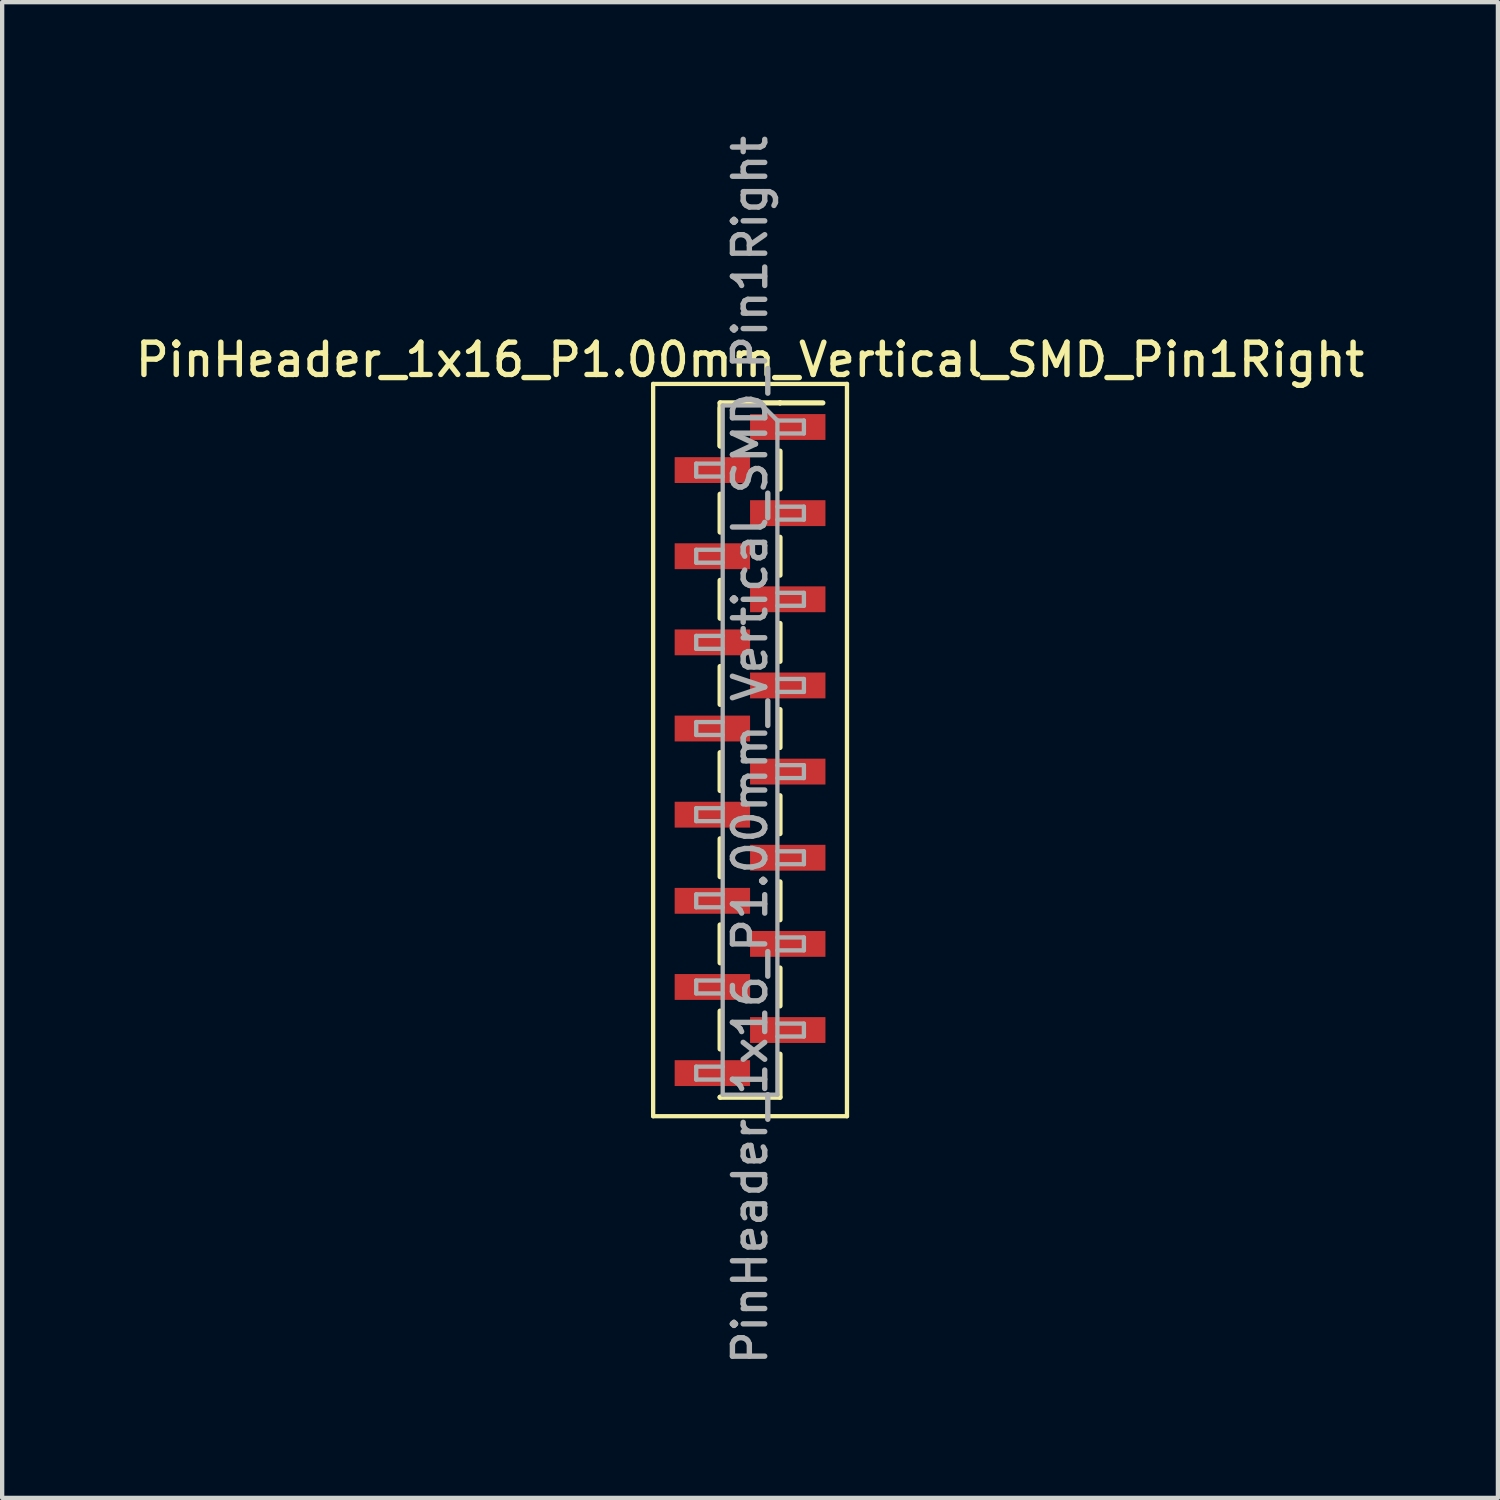
<source format=kicad_pcb>
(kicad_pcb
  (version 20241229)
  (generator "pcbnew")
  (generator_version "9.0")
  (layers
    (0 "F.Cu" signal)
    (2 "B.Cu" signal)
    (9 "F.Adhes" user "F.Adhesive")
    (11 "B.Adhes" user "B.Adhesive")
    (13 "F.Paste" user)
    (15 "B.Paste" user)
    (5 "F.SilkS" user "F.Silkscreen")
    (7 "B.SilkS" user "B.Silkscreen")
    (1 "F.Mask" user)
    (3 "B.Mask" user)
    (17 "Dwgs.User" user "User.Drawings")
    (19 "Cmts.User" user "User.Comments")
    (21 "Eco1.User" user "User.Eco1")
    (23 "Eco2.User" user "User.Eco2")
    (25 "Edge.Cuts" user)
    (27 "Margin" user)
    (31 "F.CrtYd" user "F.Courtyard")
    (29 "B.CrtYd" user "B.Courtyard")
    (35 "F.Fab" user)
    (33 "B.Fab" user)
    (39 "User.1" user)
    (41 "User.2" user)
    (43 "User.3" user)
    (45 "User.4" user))
  (footprint "PinHeader_1x16_P1.00mm_Vertical_SMD_Pin1Right"
    (layer "F.Cu")
    (at 14.363 14.363)
    (property "Reference" "PinHeader_1x16_P1.00mm_Vertical_SMD_Pin1Right" (at 0 -9.06 0) (layer "F.SilkS") (effects (font (size 0.75 0.75) (thickness 0.125))))
    (attr smd)
    (fp_line (start -2.25 -8.5) (end -2.25 8.5) (stroke (width 0.1) (type solid)) (layer "F.SilkS"))
    (fp_line (start -2.25 8.5) (end 2.25 8.5) (stroke (width 0.1) (type solid)) (layer "F.SilkS"))
    (fp_line (start -0.695 -8.06) (end -0.695 -7.06) (stroke (width 0.12) (type solid)) (layer "F.SilkS"))
    (fp_line (start -0.695 -8.06) (end 0.695 -8.06) (stroke (width 0.12) (type solid)) (layer "F.SilkS"))
    (fp_line (start -0.695 -7.94) (end -0.695 -7.06) (stroke (width 0.12) (type solid)) (layer "F.SilkS"))
    (fp_line (start -0.695 -5.94) (end -0.695 -5.06) (stroke (width 0.12) (type solid)) (layer "F.SilkS"))
    (fp_line (start -0.695 -3.94) (end -0.695 -3.06) (stroke (width 0.12) (type solid)) (layer "F.SilkS"))
    (fp_line (start -0.695 -1.94) (end -0.695 -1.06) (stroke (width 0.12) (type solid)) (layer "F.SilkS"))
    (fp_line (start -0.695 0.06) (end -0.695 0.94) (stroke (width 0.12) (type solid)) (layer "F.SilkS"))
    (fp_line (start -0.695 2.06) (end -0.695 2.94) (stroke (width 0.12) (type solid)) (layer "F.SilkS"))
    (fp_line (start -0.695 4.06) (end -0.695 4.94) (stroke (width 0.12) (type solid)) (layer "F.SilkS"))
    (fp_line (start -0.695 6.06) (end -0.695 6.94) (stroke (width 0.12) (type solid)) (layer "F.SilkS"))
    (fp_line (start -0.695 8.06) (end -0.695 8.06) (stroke (width 0.12) (type solid)) (layer "F.SilkS"))
    (fp_line (start -0.695 8.06) (end 0.695 8.06) (stroke (width 0.12) (type solid)) (layer "F.SilkS"))
    (fp_line (start 0.695 -8.06) (end 0.695 -8.06) (stroke (width 0.12) (type solid)) (layer "F.SilkS"))
    (fp_line (start 0.695 -8.06) (end 1.69 -8.06) (stroke (width 0.12) (type solid)) (layer "F.SilkS"))
    (fp_line (start 0.695 -6.94) (end 0.695 -6.06) (stroke (width 0.12) (type solid)) (layer "F.SilkS"))
    (fp_line (start 0.695 -4.94) (end 0.695 -4.06) (stroke (width 0.12) (type solid)) (layer "F.SilkS"))
    (fp_line (start 0.695 -2.94) (end 0.695 -2.06) (stroke (width 0.12) (type solid)) (layer "F.SilkS"))
    (fp_line (start 0.695 -0.94) (end 0.695 -0.06) (stroke (width 0.12) (type solid)) (layer "F.SilkS"))
    (fp_line (start 0.695 1.06) (end 0.695 1.94) (stroke (width 0.12) (type solid)) (layer "F.SilkS"))
    (fp_line (start 0.695 3.06) (end 0.695 3.94) (stroke (width 0.12) (type solid)) (layer "F.SilkS"))
    (fp_line (start 0.695 5.06) (end 0.695 5.94) (stroke (width 0.12) (type solid)) (layer "F.SilkS"))
    (fp_line (start 0.695 7.06) (end 0.695 8.06) (stroke (width 0.12) (type solid)) (layer "F.SilkS"))
    (fp_line (start 2.25 -8.5) (end -2.25 -8.5) (stroke (width 0.1) (type solid)) (layer "F.SilkS"))
    (fp_line (start 2.25 8.5) (end 2.25 -8.5) (stroke (width 0.1) (type solid)) (layer "F.SilkS"))
    (fp_line (start -1.25 -6.65) (end -1.25 -6.35) (stroke (width 0.1) (type solid)) (layer "F.Fab"))
    (fp_line (start -1.25 -6.35) (end -0.635 -6.35) (stroke (width 0.1) (type solid)) (layer "F.Fab"))
    (fp_line (start -1.25 -4.65) (end -1.25 -4.35) (stroke (width 0.1) (type solid)) (layer "F.Fab"))
    (fp_line (start -1.25 -4.35) (end -0.635 -4.35) (stroke (width 0.1) (type solid)) (layer "F.Fab"))
    (fp_line (start -1.25 -2.65) (end -1.25 -2.35) (stroke (width 0.1) (type solid)) (layer "F.Fab"))
    (fp_line (start -1.25 -2.35) (end -0.635 -2.35) (stroke (width 0.1) (type solid)) (layer "F.Fab"))
    (fp_line (start -1.25 -0.65) (end -1.25 -0.35) (stroke (width 0.1) (type solid)) (layer "F.Fab"))
    (fp_line (start -1.25 -0.35) (end -0.635 -0.35) (stroke (width 0.1) (type solid)) (layer "F.Fab"))
    (fp_line (start -1.25 1.35) (end -1.25 1.65) (stroke (width 0.1) (type solid)) (layer "F.Fab"))
    (fp_line (start -1.25 1.65) (end -0.635 1.65) (stroke (width 0.1) (type solid)) (layer "F.Fab"))
    (fp_line (start -1.25 3.35) (end -1.25 3.65) (stroke (width 0.1) (type solid)) (layer "F.Fab"))
    (fp_line (start -1.25 3.65) (end -0.635 3.65) (stroke (width 0.1) (type solid)) (layer "F.Fab"))
    (fp_line (start -1.25 5.35) (end -1.25 5.65) (stroke (width 0.1) (type solid)) (layer "F.Fab"))
    (fp_line (start -1.25 5.65) (end -0.635 5.65) (stroke (width 0.1) (type solid)) (layer "F.Fab"))
    (fp_line (start -1.25 7.35) (end -1.25 7.65) (stroke (width 0.1) (type solid)) (layer "F.Fab"))
    (fp_line (start -1.25 7.65) (end -0.635 7.65) (stroke (width 0.1) (type solid)) (layer "F.Fab"))
    (fp_line (start -0.635 -8) (end -0.635 8) (stroke (width 0.1) (type solid)) (layer "F.Fab"))
    (fp_line (start -0.635 -8) (end 0.285 -8) (stroke (width 0.1) (type solid)) (layer "F.Fab"))
    (fp_line (start -0.635 -6.65) (end -1.25 -6.65) (stroke (width 0.1) (type solid)) (layer "F.Fab"))
    (fp_line (start -0.635 -4.65) (end -1.25 -4.65) (stroke (width 0.1) (type solid)) (layer "F.Fab"))
    (fp_line (start -0.635 -2.65) (end -1.25 -2.65) (stroke (width 0.1) (type solid)) (layer "F.Fab"))
    (fp_line (start -0.635 -0.65) (end -1.25 -0.65) (stroke (width 0.1) (type solid)) (layer "F.Fab"))
    (fp_line (start -0.635 1.35) (end -1.25 1.35) (stroke (width 0.1) (type solid)) (layer "F.Fab"))
    (fp_line (start -0.635 3.35) (end -1.25 3.35) (stroke (width 0.1) (type solid)) (layer "F.Fab"))
    (fp_line (start -0.635 5.35) (end -1.25 5.35) (stroke (width 0.1) (type solid)) (layer "F.Fab"))
    (fp_line (start -0.635 7.35) (end -1.25 7.35) (stroke (width 0.1) (type solid)) (layer "F.Fab"))
    (fp_line (start 0.635 -7.65) (end 0.285 -8) (stroke (width 0.1) (type solid)) (layer "F.Fab"))
    (fp_line (start 0.635 -7.65) (end 1.25 -7.65) (stroke (width 0.1) (type solid)) (layer "F.Fab"))
    (fp_line (start 0.635 -5.65) (end 1.25 -5.65) (stroke (width 0.1) (type solid)) (layer "F.Fab"))
    (fp_line (start 0.635 -3.65) (end 1.25 -3.65) (stroke (width 0.1) (type solid)) (layer "F.Fab"))
    (fp_line (start 0.635 -1.65) (end 1.25 -1.65) (stroke (width 0.1) (type solid)) (layer "F.Fab"))
    (fp_line (start 0.635 0.35) (end 1.25 0.35) (stroke (width 0.1) (type solid)) (layer "F.Fab"))
    (fp_line (start 0.635 2.35) (end 1.25 2.35) (stroke (width 0.1) (type solid)) (layer "F.Fab"))
    (fp_line (start 0.635 4.35) (end 1.25 4.35) (stroke (width 0.1) (type solid)) (layer "F.Fab"))
    (fp_line (start 0.635 6.35) (end 1.25 6.35) (stroke (width 0.1) (type solid)) (layer "F.Fab"))
    (fp_line (start 0.635 8) (end -0.635 8) (stroke (width 0.1) (type solid)) (layer "F.Fab"))
    (fp_line (start 0.635 8) (end 0.635 -7.65) (stroke (width 0.1) (type solid)) (layer "F.Fab"))
    (fp_line (start 1.25 -7.65) (end 1.25 -7.35) (stroke (width 0.1) (type solid)) (layer "F.Fab"))
    (fp_line (start 1.25 -7.35) (end 0.635 -7.35) (stroke (width 0.1) (type solid)) (layer "F.Fab"))
    (fp_line (start 1.25 -5.65) (end 1.25 -5.35) (stroke (width 0.1) (type solid)) (layer "F.Fab"))
    (fp_line (start 1.25 -5.35) (end 0.635 -5.35) (stroke (width 0.1) (type solid)) (layer "F.Fab"))
    (fp_line (start 1.25 -3.65) (end 1.25 -3.35) (stroke (width 0.1) (type solid)) (layer "F.Fab"))
    (fp_line (start 1.25 -3.35) (end 0.635 -3.35) (stroke (width 0.1) (type solid)) (layer "F.Fab"))
    (fp_line (start 1.25 -1.65) (end 1.25 -1.35) (stroke (width 0.1) (type solid)) (layer "F.Fab"))
    (fp_line (start 1.25 -1.35) (end 0.635 -1.35) (stroke (width 0.1) (type solid)) (layer "F.Fab"))
    (fp_line (start 1.25 0.35) (end 1.25 0.65) (stroke (width 0.1) (type solid)) (layer "F.Fab"))
    (fp_line (start 1.25 0.65) (end 0.635 0.65) (stroke (width 0.1) (type solid)) (layer "F.Fab"))
    (fp_line (start 1.25 2.35) (end 1.25 2.65) (stroke (width 0.1) (type solid)) (layer "F.Fab"))
    (fp_line (start 1.25 2.65) (end 0.635 2.65) (stroke (width 0.1) (type solid)) (layer "F.Fab"))
    (fp_line (start 1.25 4.35) (end 1.25 4.65) (stroke (width 0.1) (type solid)) (layer "F.Fab"))
    (fp_line (start 1.25 4.65) (end 0.635 4.65) (stroke (width 0.1) (type solid)) (layer "F.Fab"))
    (fp_line (start 1.25 6.35) (end 1.25 6.65) (stroke (width 0.1) (type solid)) (layer "F.Fab"))
    (fp_line (start 1.25 6.65) (end 0.635 6.65) (stroke (width 0.1) (type solid)) (layer "F.Fab"))
    (fp_text user "${REFERENCE}" (at 0 0 90) (layer "F.Fab") (effects (font (size 0.75 0.75) (thickness 0.125))))
    (pad "1" smd rect (at 0.875 -7.5) (size 1.75 0.6) (layers "F.Cu" "F.Mask" "F.Paste"))
    (pad "2" smd rect (at -0.875 -6.5) (size 1.75 0.6) (layers "F.Cu" "F.Mask" "F.Paste"))
    (pad "3" smd rect (at 0.875 -5.5) (size 1.75 0.6) (layers "F.Cu" "F.Mask" "F.Paste"))
    (pad "4" smd rect (at -0.875 -4.5) (size 1.75 0.6) (layers "F.Cu" "F.Mask" "F.Paste"))
    (pad "5" smd rect (at 0.875 -3.5) (size 1.75 0.6) (layers "F.Cu" "F.Mask" "F.Paste"))
    (pad "6" smd rect (at -0.875 -2.5) (size 1.75 0.6) (layers "F.Cu" "F.Mask" "F.Paste"))
    (pad "7" smd rect (at 0.875 -1.5) (size 1.75 0.6) (layers "F.Cu" "F.Mask" "F.Paste"))
    (pad "8" smd rect (at -0.875 -0.5) (size 1.75 0.6) (layers "F.Cu" "F.Mask" "F.Paste"))
    (pad "9" smd rect (at 0.875 0.5) (size 1.75 0.6) (layers "F.Cu" "F.Mask" "F.Paste"))
    (pad "10" smd rect (at -0.875 1.5) (size 1.75 0.6) (layers "F.Cu" "F.Mask" "F.Paste"))
    (pad "11" smd rect (at 0.875 2.5) (size 1.75 0.6) (layers "F.Cu" "F.Mask" "F.Paste"))
    (pad "12" smd rect (at -0.875 3.5) (size 1.75 0.6) (layers "F.Cu" "F.Mask" "F.Paste"))
    (pad "13" smd rect (at 0.875 4.5) (size 1.75 0.6) (layers "F.Cu" "F.Mask" "F.Paste"))
    (pad "14" smd rect (at -0.875 5.5) (size 1.75 0.6) (layers "F.Cu" "F.Mask" "F.Paste"))
    (pad "15" smd rect (at 0.875 6.5) (size 1.75 0.6) (layers "F.Cu" "F.Mask" "F.Paste"))
    (pad "16" smd rect (at -0.875 7.5) (size 1.75 0.6) (layers "F.Cu" "F.Mask" "F.Paste")))
  (gr_rect
    (start -3 -3)
    (end 31.725 31.725)
    (stroke (width 0.1) (type default))
    (fill no)
    (layer "Edge.Cuts")))
</source>
